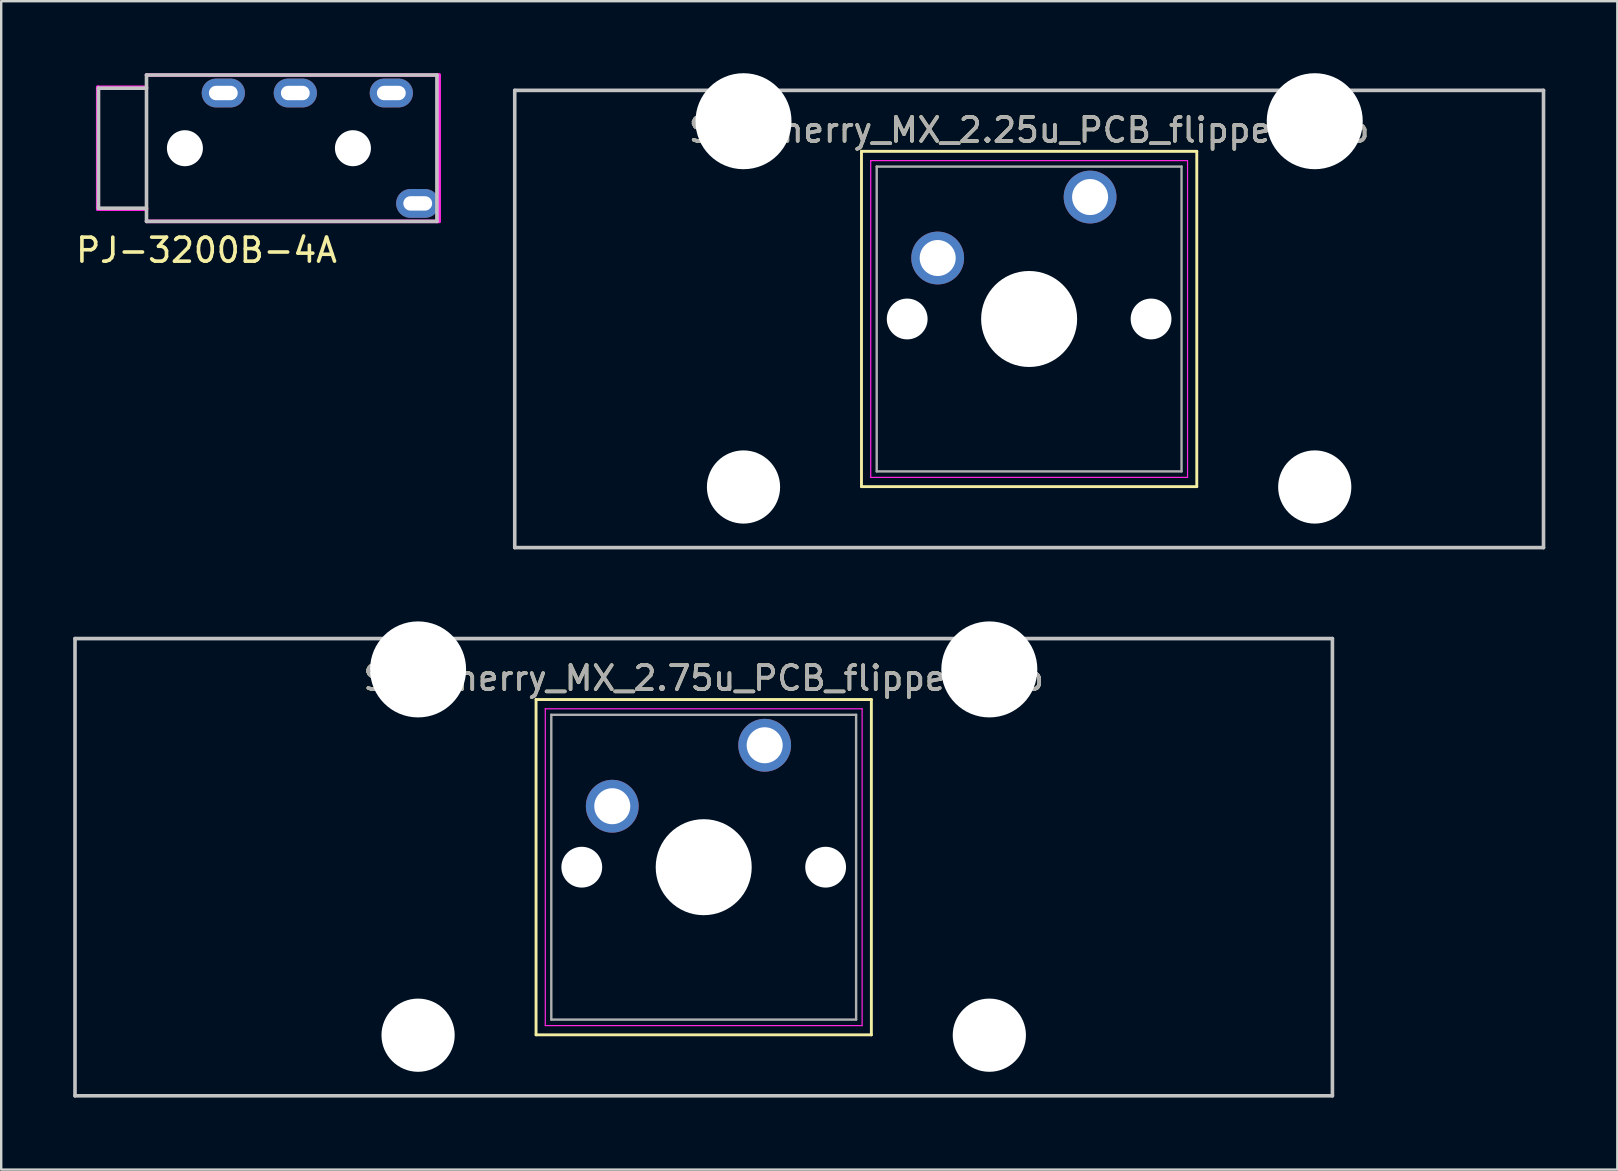
<source format=kicad_pcb>
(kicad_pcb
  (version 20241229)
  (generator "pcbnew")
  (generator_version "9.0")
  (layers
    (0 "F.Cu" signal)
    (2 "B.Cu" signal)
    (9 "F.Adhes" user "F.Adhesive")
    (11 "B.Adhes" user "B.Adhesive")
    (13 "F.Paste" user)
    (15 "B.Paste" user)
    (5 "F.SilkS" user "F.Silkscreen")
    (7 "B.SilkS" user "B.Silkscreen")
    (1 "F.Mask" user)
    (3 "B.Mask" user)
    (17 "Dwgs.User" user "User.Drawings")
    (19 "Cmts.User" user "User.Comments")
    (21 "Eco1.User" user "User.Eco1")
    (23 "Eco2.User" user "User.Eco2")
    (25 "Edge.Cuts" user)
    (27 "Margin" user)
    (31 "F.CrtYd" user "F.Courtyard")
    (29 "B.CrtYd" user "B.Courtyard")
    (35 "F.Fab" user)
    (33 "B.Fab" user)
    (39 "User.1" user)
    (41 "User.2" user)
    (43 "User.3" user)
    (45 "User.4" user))
  (footprint "SW_Cherry_MX_2.75u_PCB_flippedstab"
    (layer "F.Cu")
    (at 28.809 28)
    (property "Reference" "SW_Cherry_MX_2.75u_PCB_flippedstab" (at -2.54 -2.794 0) (layer "F.SilkS") (effects (font (size 1 1) (thickness 0.15))))
    (attr through_hole)
    (fp_line (start -9.525 -1.905) (end 4.445 -1.905) (stroke (width 0.12) (type solid)) (layer "F.SilkS"))
    (fp_line (start -9.525 12.065) (end -9.525 -1.905) (stroke (width 0.12) (type solid)) (layer "F.SilkS"))
    (fp_line (start 4.445 -1.905) (end 4.445 12.065) (stroke (width 0.12) (type solid)) (layer "F.SilkS"))
    (fp_line (start 4.445 12.065) (end -9.525 12.065) (stroke (width 0.12) (type solid)) (layer "F.SilkS"))
    (fp_line (start -28.734 -4.445) (end 23.654 -4.445) (stroke (width 0.15) (type solid)) (layer "Dwgs.User"))
    (fp_line (start -28.734 14.605) (end -28.734 -4.445) (stroke (width 0.15) (type solid)) (layer "Dwgs.User"))
    (fp_line (start 23.654 -4.445) (end 23.654 14.605) (stroke (width 0.15) (type solid)) (layer "Dwgs.User"))
    (fp_line (start 23.654 14.605) (end -28.734 14.605) (stroke (width 0.15) (type solid)) (layer "Dwgs.User"))
    (fp_line (start -9.14 -1.52) (end 4.06 -1.52) (stroke (width 0.05) (type solid)) (layer "F.CrtYd"))
    (fp_line (start -9.14 11.68) (end -9.14 -1.52) (stroke (width 0.05) (type solid)) (layer "F.CrtYd"))
    (fp_line (start 4.06 -1.52) (end 4.06 11.68) (stroke (width 0.05) (type solid)) (layer "F.CrtYd"))
    (fp_line (start 4.06 11.68) (end -9.14 11.68) (stroke (width 0.05) (type solid)) (layer "F.CrtYd"))
    (fp_line (start -8.89 -1.27) (end 3.81 -1.27) (stroke (width 0.1) (type solid)) (layer "F.Fab"))
    (fp_line (start -8.89 11.43) (end -8.89 -1.27) (stroke (width 0.1) (type solid)) (layer "F.Fab"))
    (fp_line (start 3.81 -1.27) (end 3.81 11.43) (stroke (width 0.1) (type solid)) (layer "F.Fab"))
    (fp_line (start 3.81 11.43) (end -8.89 11.43) (stroke (width 0.1) (type solid)) (layer "F.Fab"))
    (fp_text user "${REFERENCE}" (at -2.54 -2.794 0) (layer "F.Fab") (effects (font (size 1 1) (thickness 0.15))))
    (pad "" np_thru_hole circle (at -14.44 -3.16 180) (size 4 4) (drill 4) (layers "*.Cu" "*.Mask"))
    (pad "" np_thru_hole circle (at -14.44 12.08 180) (size 3.05 3.05) (drill 3.05) (layers "*.Cu" "*.Mask"))
    (pad "" np_thru_hole circle (at -7.62 5.08) (size 1.7 1.7) (drill 1.7) (layers "*.Cu" "*.Mask"))
    (pad "" np_thru_hole circle (at -2.54 5.08 180) (size 4 4) (drill 4) (layers "*.Cu" "*.Mask"))
    (pad "" np_thru_hole circle (at 2.54 5.08) (size 1.7 1.7) (drill 1.7) (layers "*.Cu" "*.Mask"))
    (pad "" np_thru_hole circle (at 9.36 -3.16 180) (size 4 4) (drill 4) (layers "*.Cu" "*.Mask"))
    (pad "" np_thru_hole circle (at 9.36 12.08 180) (size 3.05 3.05) (drill 3.05) (layers "*.Cu" "*.Mask"))
    (pad "1" thru_hole circle (at 0 0) (size 2.2 2.2) (drill 1.5) (layers "*.Cu" "*.Mask"))
    (pad "2" thru_hole circle (at -6.35 2.54) (size 2.2 2.2) (drill 1.5) (layers "*.Cu" "*.Mask")))
  (footprint "PJ-3200B-4A"
    (layer "F.Cu")
    (at 3.054 3.125)
    (property "Reference" "PJ-3200B-4A" (at 2.5 4.25 0) (layer "F.SilkS") (effects (font (size 1 1) (thickness 0.15))))
    (attr through_hole)
    (fp_line (start -2 2.5) (end -2 -2.5) (stroke (width 0.15) (type solid)) (layer "Dwgs.User"))
    (fp_line (start 0 -3.05) (end 0 3.05) (stroke (width 0.15) (type solid)) (layer "Dwgs.User"))
    (fp_line (start 0 -3.05) (end 12.1 -3.05) (stroke (width 0.15) (type solid)) (layer "Dwgs.User"))
    (fp_line (start 0 -2.5) (end -2 -2.5) (stroke (width 0.15) (type solid)) (layer "Dwgs.User"))
    (fp_line (start 0 2.5) (end -2 2.5) (stroke (width 0.15) (type solid)) (layer "Dwgs.User"))
    (fp_line (start 0 3.05) (end 12.1 3.05) (stroke (width 0.15) (type solid)) (layer "Dwgs.User"))
    (fp_line (start 12.1 -3.05) (end 12.1 3.05) (stroke (width 0.15) (type solid)) (layer "Dwgs.User"))
    (fp_line (start -2.032 -2.54) (end -2.032 2.54) (stroke (width 0.15) (type solid)) (layer "F.CrtYd"))
    (fp_line (start -2.032 2.54) (end 0 2.54) (stroke (width 0.15) (type solid)) (layer "F.CrtYd"))
    (fp_line (start 0 -3.048) (end 0 -2.54) (stroke (width 0.12) (type solid)) (layer "F.CrtYd"))
    (fp_line (start 0 -3.048) (end 12.192 -3.048) (stroke (width 0.15) (type solid)) (layer "F.CrtYd"))
    (fp_line (start 0 -2.54) (end -2.032 -2.54) (stroke (width 0.15) (type solid)) (layer "F.CrtYd"))
    (fp_line (start 0 2.54) (end 0 3.048) (stroke (width 0.12) (type solid)) (layer "F.CrtYd"))
    (fp_line (start 12.192 -3.048) (end 12.192 3.048) (stroke (width 0.15) (type solid)) (layer "F.CrtYd"))
    (fp_line (start 12.192 3.048) (end 0 3.048) (stroke (width 0.15) (type solid)) (layer "F.CrtYd"))
    (pad "" np_thru_hole circle (at 1.6 0) (size 1.5 1.5) (drill 1.5) (layers "*.Cu" "*.Mask"))
    (pad "" np_thru_hole circle (at 8.6 0) (size 1.5 1.5) (drill 1.5) (layers "*.Cu" "*.Mask"))
    (pad "R1" thru_hole oval (at 10.2 -2.3) (size 1.8 1.2) (drill oval 1.2 0.6) (layers "*.Cu" "*.Mask"))
    (pad "R2" thru_hole oval (at 6.2 -2.3) (size 1.8 1.2) (drill oval 1.2 0.6) (layers "*.Cu" "*.Mask"))
    (pad "S" thru_hole oval (at 3.2 -2.3) (size 1.8 1.2) (drill oval 1.2 0.6) (layers "*.Cu" "*.Mask"))
    (pad "T" thru_hole oval (at 11.3 2.3) (size 1.8 1.2) (drill oval 1.2 0.6) (layers "*.Cu" "*.Mask")))
  (footprint "SW_Cherry_MX_2.25u_PCB_flippedstab"
    (layer "F.Cu")
    (at 42.367 5.16)
    (property "Reference" "SW_Cherry_MX_2.25u_PCB_flippedstab" (at -2.54 -2.794 0) (layer "F.SilkS") (effects (font (size 1 1) (thickness 0.15))))
    (attr through_hole)
    (fp_line (start -9.525 -1.905) (end 4.445 -1.905) (stroke (width 0.12) (type solid)) (layer "F.SilkS"))
    (fp_line (start -9.525 12.065) (end -9.525 -1.905) (stroke (width 0.12) (type solid)) (layer "F.SilkS"))
    (fp_line (start 4.445 -1.905) (end 4.445 12.065) (stroke (width 0.12) (type solid)) (layer "F.SilkS"))
    (fp_line (start 4.445 12.065) (end -9.525 12.065) (stroke (width 0.12) (type solid)) (layer "F.SilkS"))
    (fp_line (start -23.971 -4.445) (end 18.891 -4.445) (stroke (width 0.15) (type solid)) (layer "Dwgs.User"))
    (fp_line (start -23.971 14.605) (end -23.971 -4.445) (stroke (width 0.15) (type solid)) (layer "Dwgs.User"))
    (fp_line (start 18.891 -4.445) (end 18.891 14.605) (stroke (width 0.15) (type solid)) (layer "Dwgs.User"))
    (fp_line (start 18.891 14.605) (end -23.971 14.605) (stroke (width 0.15) (type solid)) (layer "Dwgs.User"))
    (fp_line (start -9.14 -1.52) (end 4.06 -1.52) (stroke (width 0.05) (type solid)) (layer "F.CrtYd"))
    (fp_line (start -9.14 11.68) (end -9.14 -1.52) (stroke (width 0.05) (type solid)) (layer "F.CrtYd"))
    (fp_line (start 4.06 -1.52) (end 4.06 11.68) (stroke (width 0.05) (type solid)) (layer "F.CrtYd"))
    (fp_line (start 4.06 11.68) (end -9.14 11.68) (stroke (width 0.05) (type solid)) (layer "F.CrtYd"))
    (fp_line (start -8.89 -1.27) (end 3.81 -1.27) (stroke (width 0.1) (type solid)) (layer "F.Fab"))
    (fp_line (start -8.89 11.43) (end -8.89 -1.27) (stroke (width 0.1) (type solid)) (layer "F.Fab"))
    (fp_line (start 3.81 -1.27) (end 3.81 11.43) (stroke (width 0.1) (type solid)) (layer "F.Fab"))
    (fp_line (start 3.81 11.43) (end -8.89 11.43) (stroke (width 0.1) (type solid)) (layer "F.Fab"))
    (fp_text user "${REFERENCE}" (at -2.54 -2.794 0) (layer "F.Fab") (effects (font (size 1 1) (thickness 0.15))))
    (pad "" np_thru_hole circle (at -14.44 -3.16 180) (size 4 4) (drill 4) (layers "*.Cu" "*.Mask"))
    (pad "" np_thru_hole circle (at -14.44 12.08 180) (size 3.05 3.05) (drill 3.05) (layers "*.Cu" "*.Mask"))
    (pad "" np_thru_hole circle (at -7.62 5.08) (size 1.7 1.7) (drill 1.7) (layers "*.Cu" "*.Mask"))
    (pad "" np_thru_hole circle (at -2.54 5.08 270) (size 4 4) (drill 4) (layers "*.Cu" "*.Mask"))
    (pad "" np_thru_hole circle (at 2.54 5.08) (size 1.7 1.7) (drill 1.7) (layers "*.Cu" "*.Mask"))
    (pad "" np_thru_hole circle (at 9.36 -3.16 180) (size 4 4) (drill 4) (layers "*.Cu" "*.Mask"))
    (pad "" np_thru_hole circle (at 9.36 12.08 180) (size 3.05 3.05) (drill 3.05) (layers "*.Cu" "*.Mask"))
    (pad "1" thru_hole circle (at 0 0) (size 2.2 2.2) (drill 1.5) (layers "*.Cu" "*.Mask"))
    (pad "2" thru_hole circle (at -6.35 2.54) (size 2.2 2.2) (drill 1.5) (layers "*.Cu" "*.Mask")))
  (gr_rect
    (start -3 -3)
    (end 64.333 45.68)
    (stroke (width 0.1) (type default))
    (fill no)
    (layer "Edge.Cuts")))
</source>
